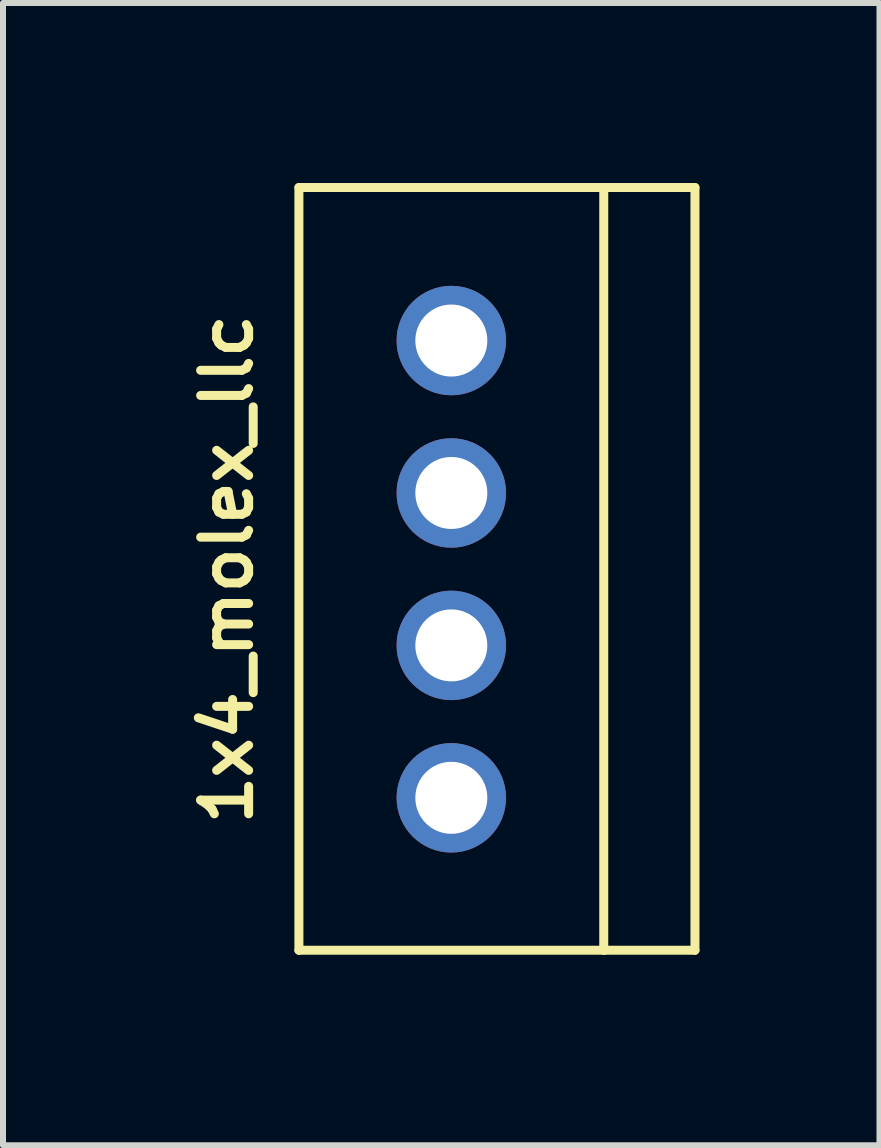
<source format=kicad_pcb>
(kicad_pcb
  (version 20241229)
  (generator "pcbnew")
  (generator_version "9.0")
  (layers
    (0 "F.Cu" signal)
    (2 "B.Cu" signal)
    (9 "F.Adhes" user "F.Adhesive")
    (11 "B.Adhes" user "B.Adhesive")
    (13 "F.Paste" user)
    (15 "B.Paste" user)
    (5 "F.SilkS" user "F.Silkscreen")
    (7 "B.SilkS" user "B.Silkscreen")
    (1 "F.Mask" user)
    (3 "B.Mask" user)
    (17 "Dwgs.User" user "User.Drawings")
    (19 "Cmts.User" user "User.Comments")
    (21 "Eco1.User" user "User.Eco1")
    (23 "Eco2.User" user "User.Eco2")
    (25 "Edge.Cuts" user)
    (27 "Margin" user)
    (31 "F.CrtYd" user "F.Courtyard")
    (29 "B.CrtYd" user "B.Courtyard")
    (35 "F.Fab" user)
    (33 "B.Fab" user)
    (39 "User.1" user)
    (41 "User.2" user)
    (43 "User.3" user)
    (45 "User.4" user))
  (footprint "1x4_molex_llc"
    (layer "F.Cu")
    (at 1.931 12.785)
    (property "Reference" "1x4_molex_llc" (at -1.2 -6.35 90) (layer "F.SilkS") (effects (font (size 0.8 0.8) (thickness 0.15))))
    (attr through_hole)
    (fp_line (start 0 0) (end 0 -12.71) (stroke (width 0.15) (type solid)) (layer "F.SilkS"))
    (fp_line (start 0 0) (end 5.08 0) (stroke (width 0.15) (type solid)) (layer "F.SilkS"))
    (fp_line (start 5.08 -12.71) (end 0 -12.71) (stroke (width 0.15) (type solid)) (layer "F.SilkS"))
    (fp_line (start 5.08 -12.71) (end 5.08 0) (stroke (width 0.15) (type solid)) (layer "F.SilkS"))
    (fp_line (start 5.08 -12.71) (end 6.6 -12.71) (stroke (width 0.15) (type solid)) (layer "F.SilkS"))
    (fp_line (start 5.08 0) (end 6.6 0) (stroke (width 0.15) (type solid)) (layer "F.SilkS"))
    (fp_line (start 6.6 0) (end 6.6 -12.71) (stroke (width 0.15) (type solid)) (layer "F.SilkS"))
    (pad "1" thru_hole circle (at 2.54 -2.54) (size 1.824 1.824) (drill 1.2) (layers "*.Cu" "*.Mask"))
    (pad "2" thru_hole circle (at 2.54 -5.08) (size 1.824 1.824) (drill 1.2) (layers "*.Cu" "*.Mask"))
    (pad "3" thru_hole circle (at 2.54 -7.62) (size 1.824 1.824) (drill 1.2) (layers "*.Cu" "*.Mask"))
    (pad "4" thru_hole circle (at 2.54 -10.16) (size 1.824 1.824) (drill 1.2) (layers "*.Cu" "*.Mask")))
  (gr_rect
    (start -3 -3)
    (end 11.606 16.035)
    (stroke (width 0.1) (type default))
    (fill no)
    (layer "Edge.Cuts")))
</source>
